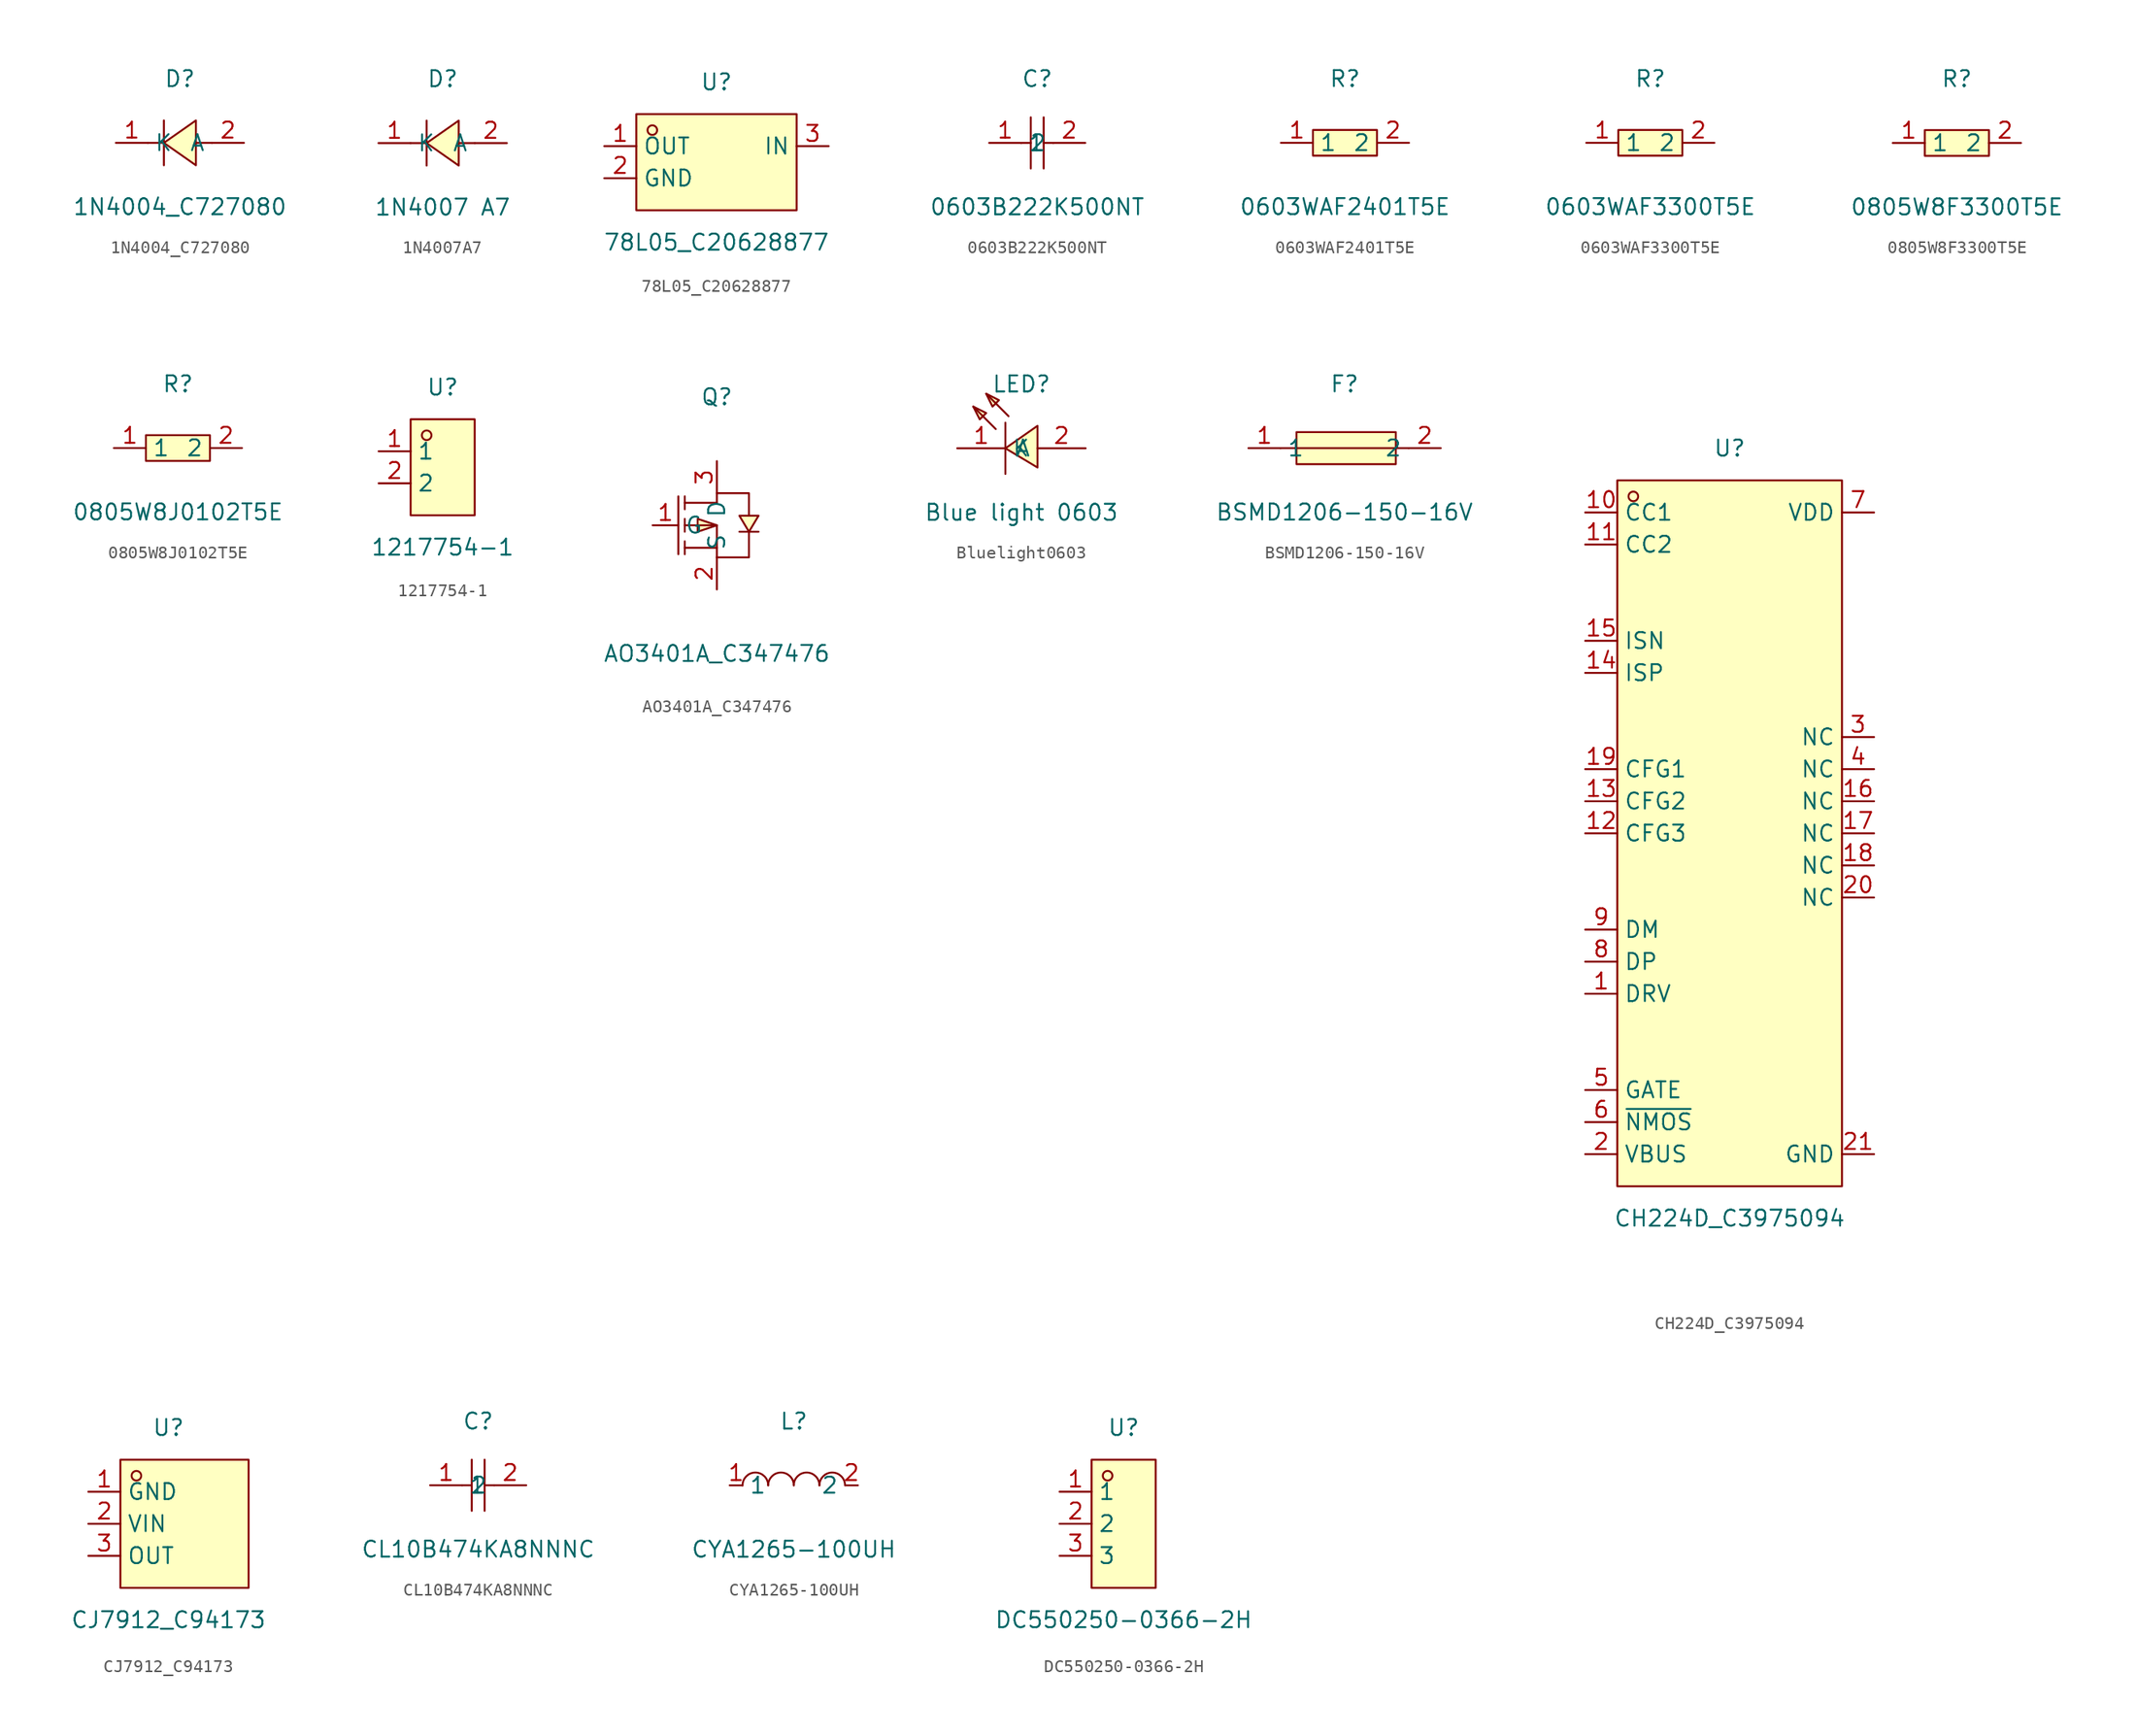
<source format=kicad_sym>
(kicad_symbol_lib
  (version 20231120)
  (generator "kicad_symbol_editor")
  (generator_version "8.0")
  (symbol "1N4004_C727080"
    (property "Reference" "D"
      (at 0 5.08 0)
      (effects (font (size 1.27 1.27))))
    (property "Value" "1N4004_C727080"
      (at 0 -5.08 0)
      (effects (font (size 1.27 1.27))))
    (symbol "1N4004_C727080_0_1"
      (polyline (pts (xy -1.27 0) (xy -2.54 0)) (stroke (width 0) (type default)) (fill (type none)))
      (polyline (pts (xy -1.27 1.78) (xy -1.27 -1.78)) (stroke (width 0) (type default)) (fill (type none)))
      (polyline (pts (xy 2.54 0) (xy 1.27 0)) (stroke (width 0) (type default)) (fill (type none)))
      (polyline (pts (xy 1.27 1.78) (xy -1.27 0) (xy 1.27 -1.78) (xy 1.27 1.78)) (stroke (width 0) (type default)) (fill (type background)))
      (pin unspecified line (at -5.08 0 0) (length 2.54) (name "K" (effects (font (size 1.27 1.27)))) (number "1" (effects (font (size 1.27 1.27)))))
      (pin unspecified line (at 5.08 0 180) (length 2.54) (name "A" (effects (font (size 1.27 1.27)))) (number "2" (effects (font (size 1.27 1.27)))))))
  (symbol "1N4007A7"
    (property "Reference" "D"
      (at 0 5.08 0)
      (effects (font (size 1.27 1.27))))
    (property "Value" "1N4007 A7"
      (at 0 -5.08 0)
      (effects (font (size 1.27 1.27))))
    (symbol "1N4007A7_0_1"
      (polyline (pts (xy 1.27 1.78) (xy -1.27 -0.00) (xy 1.27 -1.78) (xy 1.27 1.78)) (stroke (width 0) (type default) (color 0 0 0 0)) (fill (type background)))
      (polyline (pts (xy -1.27 -0.00) (xy -2.54 -0.00)) (stroke (width 0) (type default) (color 0 0 0 0)) (fill (type none)))
      (polyline (pts (xy 2.54 -0.00) (xy 1.27 -0.00)) (stroke (width 0) (type default) (color 0 0 0 0)) (fill (type none)))
      (polyline (pts (xy -1.27 1.78) (xy -1.27 -1.78)) (stroke (width 0) (type default) (color 0 0 0 0)) (fill (type none)))
      (pin unspecified line (at 5.08 -0.00 180) (length 2.54) (name "A" (effects (font (size 1.27 1.27)))) (number "2" (effects (font (size 1.27 1.27)))))
      (pin unspecified line (at -5.08 -0.00 0) (length 2.54) (name "K" (effects (font (size 1.27 1.27)))) (number "1" (effects (font (size 1.27 1.27)))))))
  (symbol "78L05_C20628877"
    (property "Reference" "U"
      (at 0 6.35 0)
      (effects (font (size 1.27 1.27))))
    (property "Value" "78L05_C20628877"
      (at 0 -6.35 0)
      (effects (font (size 1.27 1.27))))
    (symbol "78L05_C20628877_0_1"
      (rectangle (start -6.35 3.81) (end 6.35 -3.81) (stroke (width 0) (type default) (color 0 0 0 0)) (fill (type background)))
      (circle (center -5.08 2.54) (radius 0.38) (stroke (width 0) (type default) (color 0 0 0 0)) (fill (type none)))
      (pin unspecified line (at -8.89 1.27 0) (length 2.54) (name "OUT" (effects (font (size 1.27 1.27)))) (number "1" (effects (font (size 1.27 1.27)))))
      (pin unspecified line (at -8.89 -1.27 0) (length 2.54) (name "GND" (effects (font (size 1.27 1.27)))) (number "2" (effects (font (size 1.27 1.27)))))
      (pin unspecified line (at 8.89 1.27 180) (length 2.54) (name "IN" (effects (font (size 1.27 1.27)))) (number "3" (effects (font (size 1.27 1.27)))))))
  (symbol "0603B222K500NT"
    (property "Reference" "C"
      (at 0 5.08 0)
      (effects (font (size 1.27 1.27))))
    (property "Value" "0603B222K500NT"
      (at 0 -5.08 0)
      (effects (font (size 1.27 1.27))))
    (symbol "0603B222K500NT_0_1"
      (polyline (pts (xy -0.51 2.03) (xy -0.51 -2.03)) (stroke (width 0) (type default) (color 0 0 0 0)) (fill (type none)))
      (polyline (pts (xy 0.51 2.03) (xy 0.51 -2.03)) (stroke (width 0) (type default) (color 0 0 0 0)) (fill (type none)))
      (polyline (pts (xy -1.27 -0.00) (xy -0.51 -0.00)) (stroke (width 0) (type default) (color 0 0 0 0)) (fill (type none)))
      (polyline (pts (xy 0.51 -0.00) (xy 1.27 -0.00)) (stroke (width 0) (type default) (color 0 0 0 0)) (fill (type none)))
      (pin input line (at -3.81 -0.00 0) (length 2.54) (name "1" (effects (font (size 1.27 1.27)))) (number "1" (effects (font (size 1.27 1.27)))))
      (pin input line (at 3.81 -0.00 180) (length 2.54) (name "2" (effects (font (size 1.27 1.27)))) (number "2" (effects (font (size 1.27 1.27)))))))
  (symbol "0603WAF2401T5E"
    (property "Reference" "R"
      (at 0 5.08 0)
      (effects (font (size 1.27 1.27))))
    (property "Value" "0603WAF2401T5E"
      (at 0 -5.08 0)
      (effects (font (size 1.27 1.27))))
    (symbol "0603WAF2401T5E_0_1"
      (rectangle (start -2.54 1.02) (end 2.54 -1.02) (stroke (width 0) (type default)) (fill (type background)))
      (pin input line (at -5.08 0 0) (length 2.54) (name "1" (effects (font (size 1.27 1.27)))) (number "1" (effects (font (size 1.27 1.27)))))
      (pin input line (at 5.08 0 180) (length 2.54) (name "2" (effects (font (size 1.27 1.27)))) (number "2" (effects (font (size 1.27 1.27)))))))
  (symbol "0603WAF3300T5E"
    (property "Reference" "R"
      (at 0 5.08 0)
      (effects (font (size 1.27 1.27))))
    (property "Value" "0603WAF3300T5E"
      (at 0 -5.08 0)
      (effects (font (size 1.27 1.27))))
    (symbol "0603WAF3300T5E_0_1"
      (rectangle (start -2.54 1.02) (end 2.54 -1.02) (stroke (width 0) (type default) (color 0 0 0 0)) (fill (type background)))
      (pin input line (at 5.08 -0.00 180) (length 2.54) (name "2" (effects (font (size 1.27 1.27)))) (number "2" (effects (font (size 1.27 1.27)))))
      (pin input line (at -5.08 -0.00 0) (length 2.54) (name "1" (effects (font (size 1.27 1.27)))) (number "1" (effects (font (size 1.27 1.27)))))))
  (symbol "0805W8F3300T5E"
    (property "Reference" "R"
      (at 0 5.08 0)
      (effects (font (size 1.27 1.27))))
    (property "Value" "0805W8F3300T5E"
      (at 0 -5.08 0)
      (effects (font (size 1.27 1.27))))
    (symbol "0805W8F3300T5E_0_1"
      (rectangle (start -2.54 1.02) (end 2.54 -1.02) (stroke (width 0) (type default) (color 0 0 0 0)) (fill (type background)))
      (pin input line (at 5.08 -0.00 180) (length 2.54) (name "2" (effects (font (size 1.27 1.27)))) (number "2" (effects (font (size 1.27 1.27)))))
      (pin input line (at -5.08 -0.00 0) (length 2.54) (name "1" (effects (font (size 1.27 1.27)))) (number "1" (effects (font (size 1.27 1.27)))))))
  (symbol "0805W8J0102T5E"
    (property "Reference" "R"
      (at 0 5.08 0)
      (effects (font (size 1.27 1.27))))
    (property "Value" "0805W8J0102T5E"
      (at 0 -5.08 0)
      (effects (font (size 1.27 1.27))))
    (symbol "0805W8J0102T5E_0_1"
      (rectangle (start -2.54 1.02) (end 2.54 -1.02) (stroke (width 0) (type default) (color 0 0 0 0)) (fill (type background)))
      (pin input line (at 5.08 -0.00 180) (length 2.54) (name "2" (effects (font (size 1.27 1.27)))) (number "2" (effects (font (size 1.27 1.27)))))
      (pin input line (at -5.08 -0.00 0) (length 2.54) (name "1" (effects (font (size 1.27 1.27)))) (number "1" (effects (font (size 1.27 1.27)))))))
  (symbol "1217754-1"
    (property "Reference" "U"
      (at 0 6.35 0)
      (effects (font (size 1.27 1.27))))
    (property "Value" "1217754-1"
      (at 0 -6.35 0)
      (effects (font (size 1.27 1.27))))
    (symbol "1217754-1_0_1"
      (rectangle (start -2.54 3.81) (end 2.54 -3.81) (stroke (width 0) (type default) (color 0 0 0 0)) (fill (type background)))
      (circle (center -1.27 2.54) (radius 0.38) (stroke (width 0) (type default) (color 0 0 0 0)) (fill (type none)))
      (pin unspecified line (at -5.08 1.27 0) (length 2.54) (name "1" (effects (font (size 1.27 1.27)))) (number "1" (effects (font (size 1.27 1.27)))))
      (pin unspecified line (at -5.08 -1.27 0) (length 2.54) (name "2" (effects (font (size 1.27 1.27)))) (number "2" (effects (font (size 1.27 1.27)))))))
  (symbol "AO3401A_C347476"
    (property "Reference" "Q"
      (at 0 10.16 0)
      (effects (font (size 1.27 1.27))))
    (property "Value" "AO3401A_C347476"
      (at 0 -10.16 0)
      (effects (font (size 1.27 1.27))))
    (symbol "AO3401A_C347476_0_1"
      (polyline (pts (xy 0.00 -2.54) (xy 2.54 -2.54) (xy 2.54 -0.51)) (stroke (width 0) (type default) (color 0 0 0 0)) (fill (type none)))
      (polyline (pts (xy 0.00 1.78) (xy 0.00 2.54) (xy 2.54 2.54) (xy 2.54 0.76)) (stroke (width 0) (type default) (color 0 0 0 0)) (fill (type none)))
      (polyline (pts (xy 0.00 1.78) (xy -2.54 1.78)) (stroke (width 0) (type default) (color 0 0 0 0)) (fill (type none)))
      (polyline (pts (xy -2.54 -0.00) (xy 0.00 -0.00) (xy 0.00 -2.54)) (stroke (width 0) (type default) (color 0 0 0 0)) (fill (type none)))
      (polyline (pts (xy 0.00 -1.78) (xy -2.54 -1.78)) (stroke (width 0) (type default) (color 0 0 0 0)) (fill (type none)))
      (polyline (pts (xy -3.05 2.29) (xy -3.05 -2.29)) (stroke (width 0) (type default) (color 0 0 0 0)) (fill (type none)))
      (polyline (pts (xy -2.54 1.27) (xy -2.54 2.29)) (stroke (width 0) (type default) (color 0 0 0 0)) (fill (type none)))
      (polyline (pts (xy -2.54 -0.51) (xy -2.54 0.51)) (stroke (width 0) (type default) (color 0 0 0 0)) (fill (type none)))
      (polyline (pts (xy -2.54 -2.29) (xy -2.54 -1.27)) (stroke (width 0) (type default) (color 0 0 0 0)) (fill (type none)))
      (polyline (pts (xy 3.30 -0.51) (xy 3.05 -0.51) (xy 2.03 -0.51) (xy 1.78 -0.51)) (stroke (width 0) (type default) (color 0 0 0 0)) (fill (type none)))
      (polyline (pts (xy 0.00 -0.00) (xy -1.52 0.51) (xy -1.52 -0.51) (xy 0.00 -0.00)) (stroke (width 0) (type default) (color 0 0 0 0)) (fill (type background)))
      (polyline (pts (xy 2.54 -0.51) (xy 3.30 0.76) (xy 1.78 0.76) (xy 2.54 -0.51)) (stroke (width 0) (type default) (color 0 0 0 0)) (fill (type background)))
      (pin unspecified line (at 0.00 5.08 270) (length 2.54) (name "D" (effects (font (size 1.27 1.27)))) (number "3" (effects (font (size 1.27 1.27)))))
      (pin unspecified line (at -5.08 -0.00 0) (length 2.032) (name "G" (effects (font (size 1.27 1.27)))) (number "1" (effects (font (size 1.27 1.27)))))
      (pin unspecified line (at 0.00 -5.08 90) (length 2.54) (name "S" (effects (font (size 1.27 1.27)))) (number "2" (effects (font (size 1.27 1.27)))))))
  (symbol "Bluelight0603"
    (property "Reference" "LED"
      (at 0 3.81 0)
      (effects (font (size 1.27 1.27))))
    (property "Value" "Blue light 0603"
      (at 0 -6.35 0)
      (effects (font (size 1.27 1.27))))
    (symbol "Bluelight0603_0_1"
      (polyline (pts (xy -2.03 0.25) (xy -3.81 2.03)) (stroke (width 0) (type default)) (fill (type none)))
      (polyline (pts (xy -1.27 0.76) (xy -1.27 -3.3)) (stroke (width 0) (type default)) (fill (type none)))
      (polyline (pts (xy -1.02 1.27) (xy -2.79 3.05)) (stroke (width 0) (type default)) (fill (type none)))
      (polyline (pts (xy -3.81 2.03) (xy -2.79 1.52) (xy -3.3 1.02) (xy -3.81 2.03)) (stroke (width 0) (type default)) (fill (type background)))
      (polyline (pts (xy -2.79 3.05) (xy -1.78 2.54) (xy -2.29 2.03) (xy -2.79 3.05)) (stroke (width 0) (type default)) (fill (type background)))
      (polyline (pts (xy 1.27 -2.79) (xy -1.27 -1.27) (xy 1.27 0.51) (xy 1.27 -2.79)) (stroke (width 0) (type default)) (fill (type background)))
      (pin unspecified line (at -5.08 -1.27 0) (length 3.81) (name "K" (effects (font (size 1.27 1.27)))) (number "1" (effects (font (size 1.27 1.27)))))
      (pin unspecified line (at 5.08 -1.27 180) (length 3.81) (name "A" (effects (font (size 1.27 1.27)))) (number "2" (effects (font (size 1.27 1.27)))))))
  (symbol "BSMD1206-150-16V"
    (property "Reference" "F"
      (at 0 5.08 0)
      (effects (font (size 1.27 1.27))))
    (property "Value" "BSMD1206-150-16V"
      (at 0 -5.08 0)
      (effects (font (size 1.27 1.27))))
    (symbol "BSMD1206-150-16V_0_1"
      (rectangle (start -3.81 1.27) (end 4.06 -1.27) (stroke (width 0) (type default) (color 0 0 0 0)) (fill (type background)))
      (polyline (pts (xy -5.08 -0.00) (xy 5.08 -0.00)) (stroke (width 0) (type default) (color 0 0 0 0)) (fill (type none)))
      (pin unspecified line (at 7.62 -0.00 180) (length 2.54) (name "2" (effects (font (size 1.27 1.27)))) (number "2" (effects (font (size 1.27 1.27)))))
      (pin unspecified line (at -7.62 -0.00 0) (length 2.54) (name "1" (effects (font (size 1.27 1.27)))) (number "1" (effects (font (size 1.27 1.27)))))))
  (symbol "CH224D_C3975094"
    (property "Reference" "U"
      (at 0 30.48 0)
      (effects (font (size 1.27 1.27))))
    (property "Value" "CH224D_C3975094"
      (at 0 -30.48 0)
      (effects (font (size 1.27 1.27))))
    (symbol "CH224D_C3975094_0_1"
      (rectangle (start -8.89 27.94) (end 8.89 -27.94) (stroke (width 0) (type default) (color 0 0 0 0)) (fill (type background)))
      (circle (center -7.62 26.67) (radius 0.38) (stroke (width 0) (type default) (color 0 0 0 0)) (fill (type none)))
      (pin unspecified line (at -11.43 25.40 0) (length 2.54) (name "CC1" (effects (font (size 1.27 1.27)))) (number "10" (effects (font (size 1.27 1.27)))))
      (pin unspecified line (at -11.43 22.86 0) (length 2.54) (name "CC2" (effects (font (size 1.27 1.27)))) (number "11" (effects (font (size 1.27 1.27)))))
      (pin unspecified line (at -11.43 15.24 0) (length 2.54) (name "ISN" (effects (font (size 1.27 1.27)))) (number "15" (effects (font (size 1.27 1.27)))))
      (pin unspecified line (at -11.43 12.70 0) (length 2.54) (name "ISP" (effects (font (size 1.27 1.27)))) (number "14" (effects (font (size 1.27 1.27)))))
      (pin unspecified line (at -11.43 5.08 0) (length 2.54) (name "CFG1" (effects (font (size 1.27 1.27)))) (number "19" (effects (font (size 1.27 1.27)))))
      (pin unspecified line (at -11.43 2.54 0) (length 2.54) (name "CFG2" (effects (font (size 1.27 1.27)))) (number "13" (effects (font (size 1.27 1.27)))))
      (pin unspecified line (at -11.43 -0.00 0) (length 2.54) (name "CFG3" (effects (font (size 1.27 1.27)))) (number "12" (effects (font (size 1.27 1.27)))))
      (pin unspecified line (at -11.43 -7.62 0) (length 2.54) (name "DM" (effects (font (size 1.27 1.27)))) (number "9" (effects (font (size 1.27 1.27)))))
      (pin unspecified line (at -11.43 -10.16 0) (length 2.54) (name "DP" (effects (font (size 1.27 1.27)))) (number "8" (effects (font (size 1.27 1.27)))))
      (pin unspecified line (at -11.43 -12.70 0) (length 2.54) (name "DRV" (effects (font (size 1.27 1.27)))) (number "1" (effects (font (size 1.27 1.27)))))
      (pin unspecified line (at -11.43 -20.32 0) (length 2.54) (name "GATE" (effects (font (size 1.27 1.27)))) (number "5" (effects (font (size 1.27 1.27)))))
      (pin unspecified line (at -11.43 -22.86 0) (length 2.54) (name "~{NMOS}" (effects (font (size 1.27 1.27)))) (number "6" (effects (font (size 1.27 1.27)))))
      (pin unspecified line (at -11.43 -25.40 0) (length 2.54) (name "VBUS" (effects (font (size 1.27 1.27)))) (number "2" (effects (font (size 1.27 1.27)))))
      (pin unspecified line (at 11.43 -25.40 180) (length 2.54) (name "GND" (effects (font (size 1.27 1.27)))) (number "21" (effects (font (size 1.27 1.27)))))
      (pin unspecified line (at 11.43 -5.08 180) (length 2.54) (name "NC" (effects (font (size 1.27 1.27)))) (number "20" (effects (font (size 1.27 1.27)))))
      (pin unspecified line (at 11.43 -2.54 180) (length 2.54) (name "NC" (effects (font (size 1.27 1.27)))) (number "18" (effects (font (size 1.27 1.27)))))
      (pin unspecified line (at 11.43 -0.00 180) (length 2.54) (name "NC" (effects (font (size 1.27 1.27)))) (number "17" (effects (font (size 1.27 1.27)))))
      (pin unspecified line (at 11.43 2.54 180) (length 2.54) (name "NC" (effects (font (size 1.27 1.27)))) (number "16" (effects (font (size 1.27 1.27)))))
      (pin unspecified line (at 11.43 5.08 180) (length 2.54) (name "NC" (effects (font (size 1.27 1.27)))) (number "4" (effects (font (size 1.27 1.27)))))
      (pin unspecified line (at 11.43 7.62 180) (length 2.54) (name "NC" (effects (font (size 1.27 1.27)))) (number "3" (effects (font (size 1.27 1.27)))))
      (pin unspecified line (at 11.43 25.40 180) (length 2.54) (name "VDD" (effects (font (size 1.27 1.27)))) (number "7" (effects (font (size 1.27 1.27)))))))
  (symbol "CJ7912_C94173"
    (property "Reference" "U"
      (at 0 7.62 0)
      (effects (font (size 1.27 1.27))))
    (property "Value" "CJ7912_C94173"
      (at 0 -7.62 0)
      (effects (font (size 1.27 1.27))))
    (symbol "CJ7912_C94173_0_1"
      (rectangle (start -3.81 5.08) (end 6.35 -5.08) (stroke (width 0) (type default) (color 0 0 0 0)) (fill (type background)))
      (circle (center -2.54 3.81) (radius 0.38) (stroke (width 0) (type default) (color 0 0 0 0)) (fill (type none)))
      (pin unspecified line (at -6.35 2.54 0) (length 2.54) (name "GND" (effects (font (size 1.27 1.27)))) (number "1" (effects (font (size 1.27 1.27)))))
      (pin unspecified line (at -6.35 -2.54 0) (length 2.54) (name "OUT" (effects (font (size 1.27 1.27)))) (number "3" (effects (font (size 1.27 1.27)))))
      (pin unspecified line (at -6.35 -0.00 0) (length 2.54) (name "VIN" (effects (font (size 1.27 1.27)))) (number "2" (effects (font (size 1.27 1.27)))))))
  (symbol "CL10B474KA8NNNC"
    (property "Reference" "C"
      (at 0 5.08 0)
      (effects (font (size 1.27 1.27))))
    (property "Value" "CL10B474KA8NNNC"
      (at 0 -5.08 0)
      (effects (font (size 1.27 1.27))))
    (symbol "CL10B474KA8NNNC_0_1"
      (polyline (pts (xy -0.51 2.03) (xy -0.51 -2.03)) (stroke (width 0) (type default) (color 0 0 0 0)) (fill (type none)))
      (polyline (pts (xy 0.51 2.03) (xy 0.51 -2.03)) (stroke (width 0) (type default) (color 0 0 0 0)) (fill (type none)))
      (polyline (pts (xy -1.27 -0.00) (xy -0.51 -0.00)) (stroke (width 0) (type default) (color 0 0 0 0)) (fill (type none)))
      (polyline (pts (xy 0.51 -0.00) (xy 1.27 -0.00)) (stroke (width 0) (type default) (color 0 0 0 0)) (fill (type none)))
      (pin input line (at -3.81 -0.00 0) (length 2.54) (name "1" (effects (font (size 1.27 1.27)))) (number "1" (effects (font (size 1.27 1.27)))))
      (pin input line (at 3.81 -0.00 180) (length 2.54) (name "2" (effects (font (size 1.27 1.27)))) (number "2" (effects (font (size 1.27 1.27)))))))
  (symbol "CYA1265-100UH"
    (property "Reference" "L"
      (at 0 5.08 0)
      (effects (font (size 1.27 1.27))))
    (property "Value" "CYA1265-100UH"
      (at 0 -5.08 0)
      (effects (font (size 1.27 1.27))))
    (symbol "CYA1265-100UH_0_1"
      (arc (start -4.06 -0.01) (mid -2.83 0.99) (end -2.03 0.01) (stroke (width 0) (type default) (color 0 0 0 0)) (fill (type none)))
      (arc (start -2.03 -0.01) (mid -0.80 0.99) (end 0.00 0.01) (stroke (width 0) (type default) (color 0 0 0 0)) (fill (type none)))
      (arc (start 2.03 -0.01) (mid 3.26 0.99) (end 4.06 0.01) (stroke (width 0) (type default) (color 0 0 0 0)) (fill (type none)))
      (arc (start 0.00 -0.01) (mid 1.23 0.99) (end 2.03 0.01) (stroke (width 0) (type default) (color 0 0 0 0)) (fill (type none)))
      (pin unspecified line (at 5.08 -0.00 180) (length 1.016) (name "2" (effects (font (size 1.27 1.27)))) (number "2" (effects (font (size 1.27 1.27)))))
      (pin unspecified line (at -5.08 -0.00 0) (length 1.016) (name "1" (effects (font (size 1.27 1.27)))) (number "1" (effects (font (size 1.27 1.27)))))))
  (symbol "DC550250-0366-2H"
    (property "Reference" "U"
      (at 0 7.62 0)
      (effects (font (size 1.27 1.27))))
    (property "Value" "DC550250-0366-2H"
      (at 0 -7.62 0)
      (effects (font (size 1.27 1.27))))
    (symbol "DC550250-0366-2H_0_1"
      (rectangle (start -2.54 5.08) (end 2.54 -5.08) (stroke (width 0) (type default)) (fill (type background)))
      (circle (center -1.27 3.81) (radius 0.38) (stroke (width 0) (type default)) (fill (type none)))
      (pin unspecified line (at -5.08 2.54 0) (length 2.54) (name "1" (effects (font (size 1.27 1.27)))) (number "1" (effects (font (size 1.27 1.27)))))
      (pin unspecified line (at -5.08 0 0) (length 2.54) (name "2" (effects (font (size 1.27 1.27)))) (number "2" (effects (font (size 1.27 1.27)))))
      (pin unspecified line (at -5.08 -2.54 0) (length 2.54) (name "3" (effects (font (size 1.27 1.27)))) (number "3" (effects (font (size 1.27 1.27))))))))
</source>
